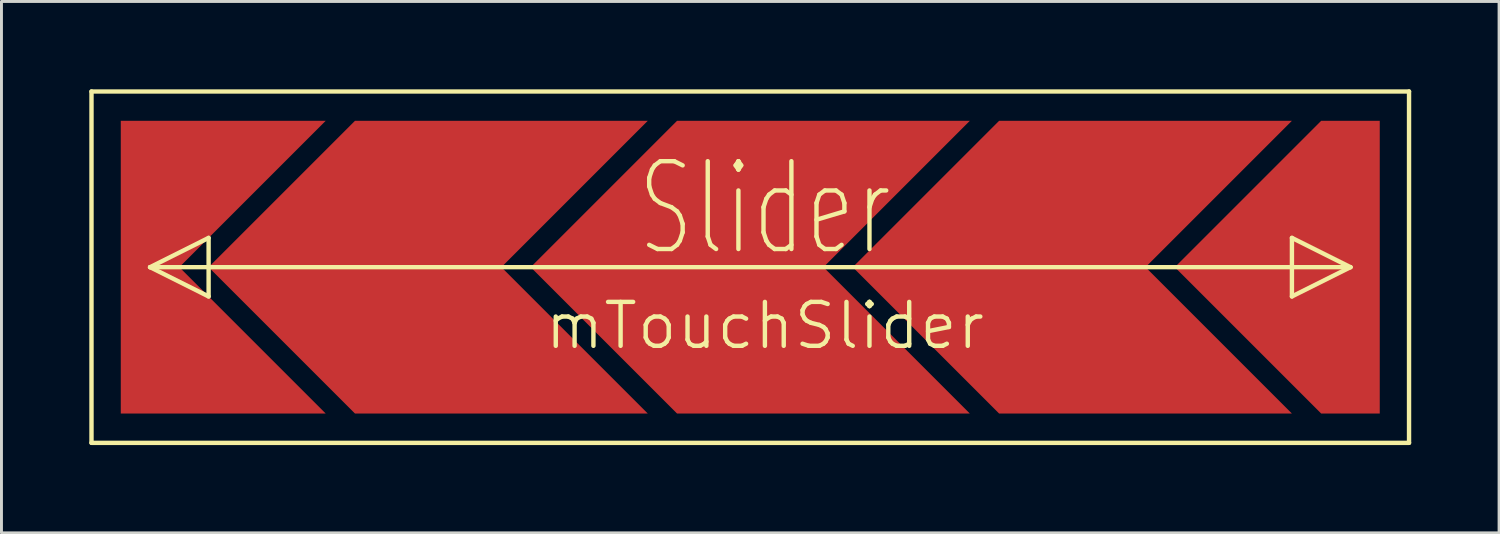
<source format=kicad_pcb>
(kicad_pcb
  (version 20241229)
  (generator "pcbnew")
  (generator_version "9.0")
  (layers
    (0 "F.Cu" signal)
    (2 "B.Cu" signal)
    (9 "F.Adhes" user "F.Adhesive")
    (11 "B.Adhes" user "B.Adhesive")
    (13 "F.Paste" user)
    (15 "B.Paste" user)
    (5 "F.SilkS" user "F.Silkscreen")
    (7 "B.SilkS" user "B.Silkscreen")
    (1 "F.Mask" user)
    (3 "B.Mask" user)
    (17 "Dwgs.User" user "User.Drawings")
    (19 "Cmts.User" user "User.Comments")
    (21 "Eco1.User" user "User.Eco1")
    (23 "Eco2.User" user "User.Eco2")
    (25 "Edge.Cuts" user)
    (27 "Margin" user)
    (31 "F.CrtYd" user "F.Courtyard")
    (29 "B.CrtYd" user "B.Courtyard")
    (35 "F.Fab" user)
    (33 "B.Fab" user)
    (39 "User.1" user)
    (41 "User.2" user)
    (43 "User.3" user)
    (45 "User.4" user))
  (footprint "mTouchSlider"
    (layer "F.Cu")
    (at 22.075 6.075)
    (property "Reference" "mTouchSlider" (at 1 2 0) (layer "F.SilkS") (effects (font (size 1.5 1.5) (thickness 0.15))))
    (attr through_hole)
    (fp_line (start -22 -6) (end 23 -6) (stroke (width 0.15) (type solid)) (layer "F.SilkS"))
    (fp_line (start -22 6) (end -22 -6) (stroke (width 0.15) (type solid)) (layer "F.SilkS"))
    (fp_line (start -20 0) (end -18 -1) (stroke (width 0.15) (type solid)) (layer "F.SilkS"))
    (fp_line (start -20 0) (end 21 0) (stroke (width 0.15) (type solid)) (layer "F.SilkS"))
    (fp_line (start -18 -1) (end -18 1) (stroke (width 0.15) (type solid)) (layer "F.SilkS"))
    (fp_line (start -18 1) (end -20 0) (stroke (width 0.15) (type solid)) (layer "F.SilkS"))
    (fp_line (start 19 -1) (end 19 1) (stroke (width 0.15) (type solid)) (layer "F.SilkS"))
    (fp_line (start 19 1) (end 21 0) (stroke (width 0.15) (type solid)) (layer "F.SilkS"))
    (fp_line (start 21 0) (end 19 -1) (stroke (width 0.15) (type solid)) (layer "F.SilkS"))
    (fp_line (start 23 -6) (end 23 6) (stroke (width 0.15) (type solid)) (layer "F.SilkS"))
    (fp_line (start 23 6) (end -22 6) (stroke (width 0.15) (type solid)) (layer "F.SilkS"))
    (fp_text user "Slider" (at 1 -2 0) (layer "F.SilkS") (effects (font (size 3 2) (thickness 0.15))))
    (pad "1" smd custom (at -20 0 90) (size 1.524 1.524) (layers "F.Cu" "F.Paste") (options (anchor rect)) (primitives (gr_poly (pts (xy 5 6) (xy 0 1) (xy -5 6) (xy -5 -1) (xy 5 -1)) (width 0) (fill yes))))
    (pad "1" smd custom (at 17 0 90) (size 1.524 1.524) (layers "F.Cu" "F.Paste") (options (anchor rect)) (primitives (gr_poly (pts (xy -5 5) (xy 5 5) (xy 5 3) (xy 0 -2) (xy -5 3)) (width 0) (fill yes))))
    (pad "2" smd custom (at 9 0 90) (size 1.524 1.524) (layers "F.Cu" "F.Paste") (options (anchor rect)) (primitives (gr_poly (pts (xy 5 10) (xy 0 5) (xy -5 10) (xy -5 0) (xy 0 -5) (xy 5 0)) (width 0) (fill yes)) (gr_poly (pts (xy 5 10) (xy 0 5) (xy -5 10) (xy -5 0) (xy 0 -5) (xy 5 0)) (width 0) (fill yes))))
    (pad "3" smd custom (at -2 0 90) (size 1.524 1.524) (layers "F.Cu" "F.Paste") (options (anchor rect)) (primitives (gr_poly (pts (xy 5 10) (xy 0 5) (xy -5 10) (xy -5 0) (xy 0 -5) (xy 5 0)) (width 0) (fill yes)) (gr_poly (pts (xy 5 10) (xy 0 5) (xy -5 10) (xy -5 0) (xy 0 -5) (xy 5 0)) (width 0) (fill yes))))
    (pad "4" smd custom (at -13 0 90) (size 1.524 1.524) (layers "F.Cu" "F.Paste") (options (anchor rect)) (primitives (gr_poly (pts (xy 5 10) (xy 0 5) (xy -5 10) (xy -5 0) (xy 0 -5) (xy 5 0)) (width 0) (fill yes)) (gr_poly (pts (xy 5 10) (xy 0 5) (xy -5 10) (xy -5 0) (xy 0 -5) (xy 5 0)) (width 0) (fill yes)))))
  (gr_rect
    (start -3 -3)
    (end 48.15 15.15)
    (stroke (width 0.1) (type default))
    (fill no)
    (layer "Edge.Cuts")))
</source>
